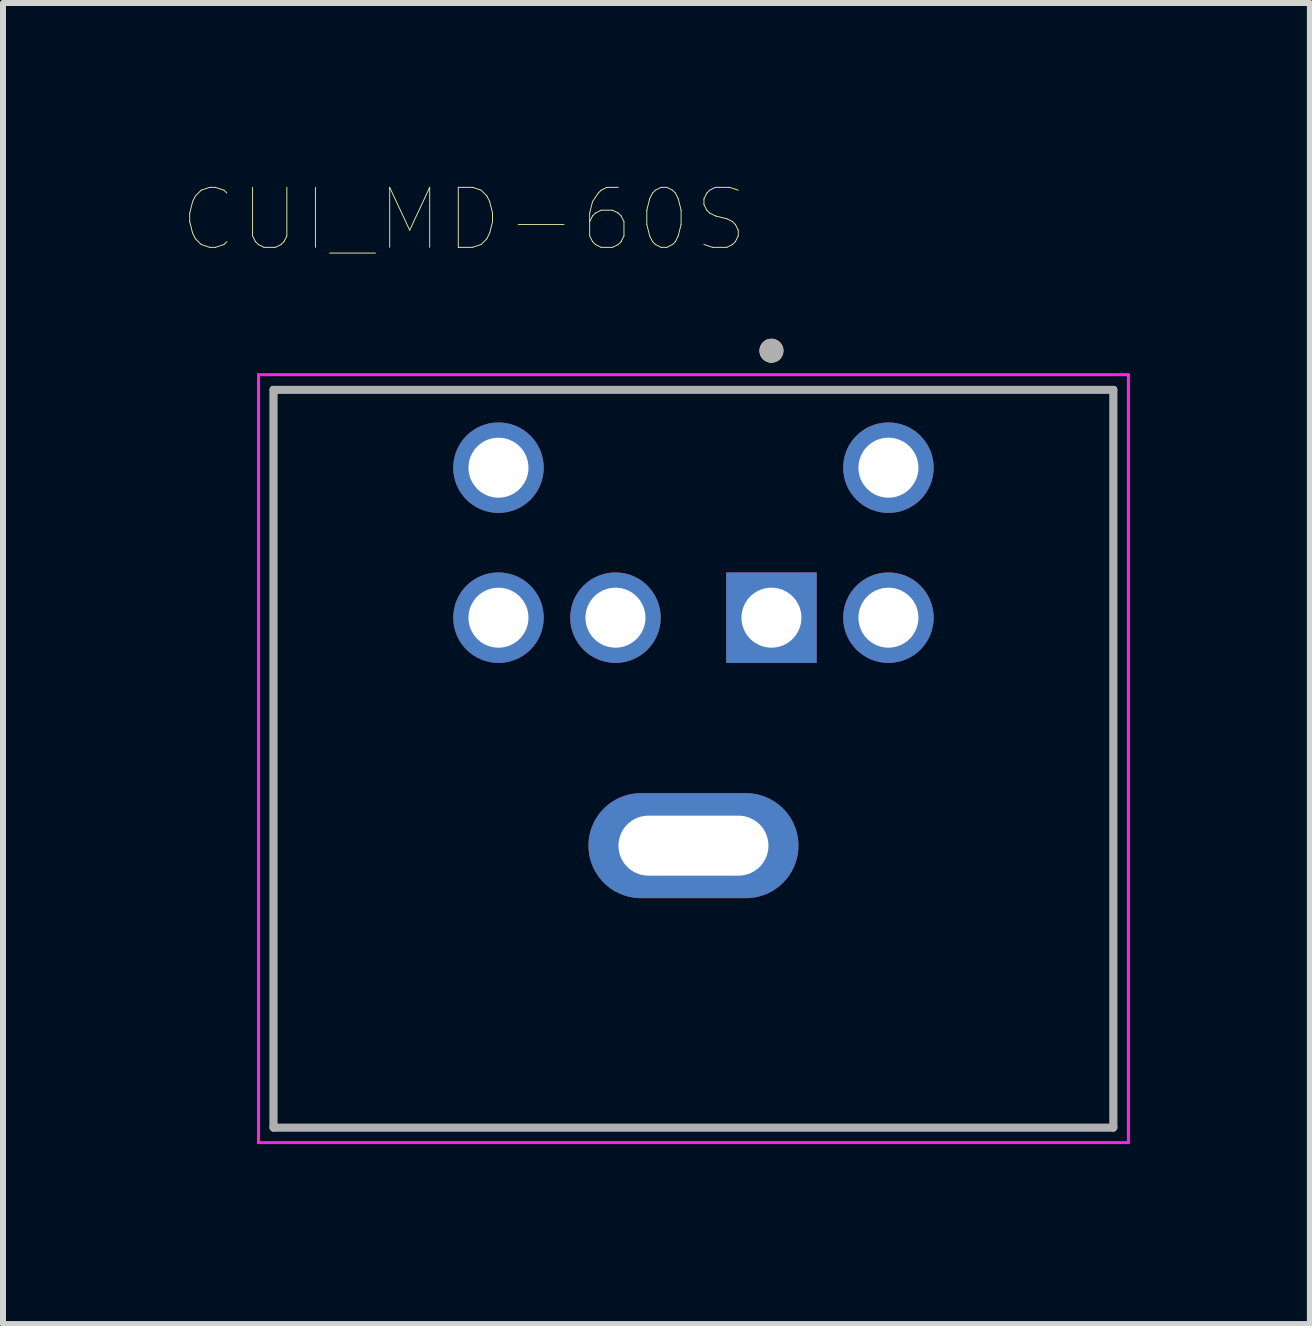
<source format=kicad_pcb>
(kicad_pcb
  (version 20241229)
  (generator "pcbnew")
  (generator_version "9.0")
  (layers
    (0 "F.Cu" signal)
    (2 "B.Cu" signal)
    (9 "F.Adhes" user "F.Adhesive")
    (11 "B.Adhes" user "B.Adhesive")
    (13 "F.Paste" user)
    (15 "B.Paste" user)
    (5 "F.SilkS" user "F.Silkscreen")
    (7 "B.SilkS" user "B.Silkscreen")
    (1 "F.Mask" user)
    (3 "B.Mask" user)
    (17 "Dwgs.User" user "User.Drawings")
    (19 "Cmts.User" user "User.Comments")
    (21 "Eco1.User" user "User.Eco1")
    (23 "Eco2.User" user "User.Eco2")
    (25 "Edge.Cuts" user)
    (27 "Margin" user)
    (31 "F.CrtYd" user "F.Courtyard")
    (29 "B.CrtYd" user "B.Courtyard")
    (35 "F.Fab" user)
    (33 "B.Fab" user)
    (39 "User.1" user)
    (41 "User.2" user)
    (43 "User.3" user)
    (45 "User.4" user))
  (footprint "CUI_MD-60S"
    (layer "F.Cu")
    (at 8.509 9.596)
    (property "Reference" "CUI_MD-60S" (at -3.825 -8.985 0) (layer "F.SilkS") (effects (font (size 1 1) (thickness 0.015))))
    (attr through_hole)
    (fp_line (start -7 -6.15) (end 7 -6.15) (stroke (width 0.127) (type solid)) (layer "F.SilkS"))
    (fp_line (start -7 6.15) (end -7 -6.15) (stroke (width 0.127) (type solid)) (layer "F.SilkS"))
    (fp_line (start 7 6.15) (end -7 6.15) (stroke (width 0.127) (type solid)) (layer "F.SilkS"))
    (fp_line (start 7 6.15) (end 7 -6.15) (stroke (width 0.127) (type solid)) (layer "F.SilkS"))
    (fp_circle (center 1.3 -6.8) (end 1.4 -6.8) (stroke (width 0.2) (type solid)) (fill no) (layer "F.SilkS"))
    (fp_line (start -7.25 -6.4) (end 7.25 -6.4) (stroke (width 0.05) (type solid)) (layer "F.CrtYd"))
    (fp_line (start -7.25 6.4) (end -7.25 -6.4) (stroke (width 0.05) (type solid)) (layer "F.CrtYd"))
    (fp_line (start 7.25 -6.4) (end 7.25 6.4) (stroke (width 0.05) (type solid)) (layer "F.CrtYd"))
    (fp_line (start 7.25 6.4) (end -7.25 6.4) (stroke (width 0.05) (type solid)) (layer "F.CrtYd"))
    (fp_line (start -7 -6.15) (end 7 -6.15) (stroke (width 0.127) (type solid)) (layer "F.Fab"))
    (fp_line (start -7 6.15) (end -7 -6.15) (stroke (width 0.127) (type solid)) (layer "F.Fab"))
    (fp_line (start 7 -6.15) (end 7 6.15) (stroke (width 0.127) (type solid)) (layer "F.Fab"))
    (fp_line (start 7 6.15) (end -7 6.15) (stroke (width 0.127) (type solid)) (layer "F.Fab"))
    (fp_circle (center 1.3 -6.8) (end 1.4 -6.8) (stroke (width 0.2) (type solid)) (fill no) (layer "F.Fab"))
    (pad "1" thru_hole rect (at 1.3 -2.35) (size 1.508 1.508) (drill 1) (layers "*.Cu" "*.Mask"))
    (pad "2" thru_hole circle (at -1.3 -2.35) (size 1.508 1.508) (drill 1) (layers "*.Cu" "*.Mask"))
    (pad "3" thru_hole circle (at -3.25 -2.35) (size 1.508 1.508) (drill 1) (layers "*.Cu" "*.Mask"))
    (pad "5" thru_hole circle (at 3.25 -2.35) (size 1.508 1.508) (drill 1) (layers "*.Cu" "*.Mask"))
    (pad "6" thru_hole circle (at 3.25 -4.85) (size 1.508 1.508) (drill 1) (layers "*.Cu" "*.Mask"))
    (pad "8" thru_hole circle (at -3.25 -4.85) (size 1.508 1.508) (drill 1) (layers "*.Cu" "*.Mask"))
    (pad "S1" thru_hole oval (at 0 1.45) (size 3.5 1.75) (drill oval 2.5 1) (layers "*.Cu" "*.Mask")))
  (gr_rect
    (start -3 -3)
    (end 18.784 19.021)
    (stroke (width 0.1) (type default))
    (fill no)
    (layer "Edge.Cuts")))
</source>
